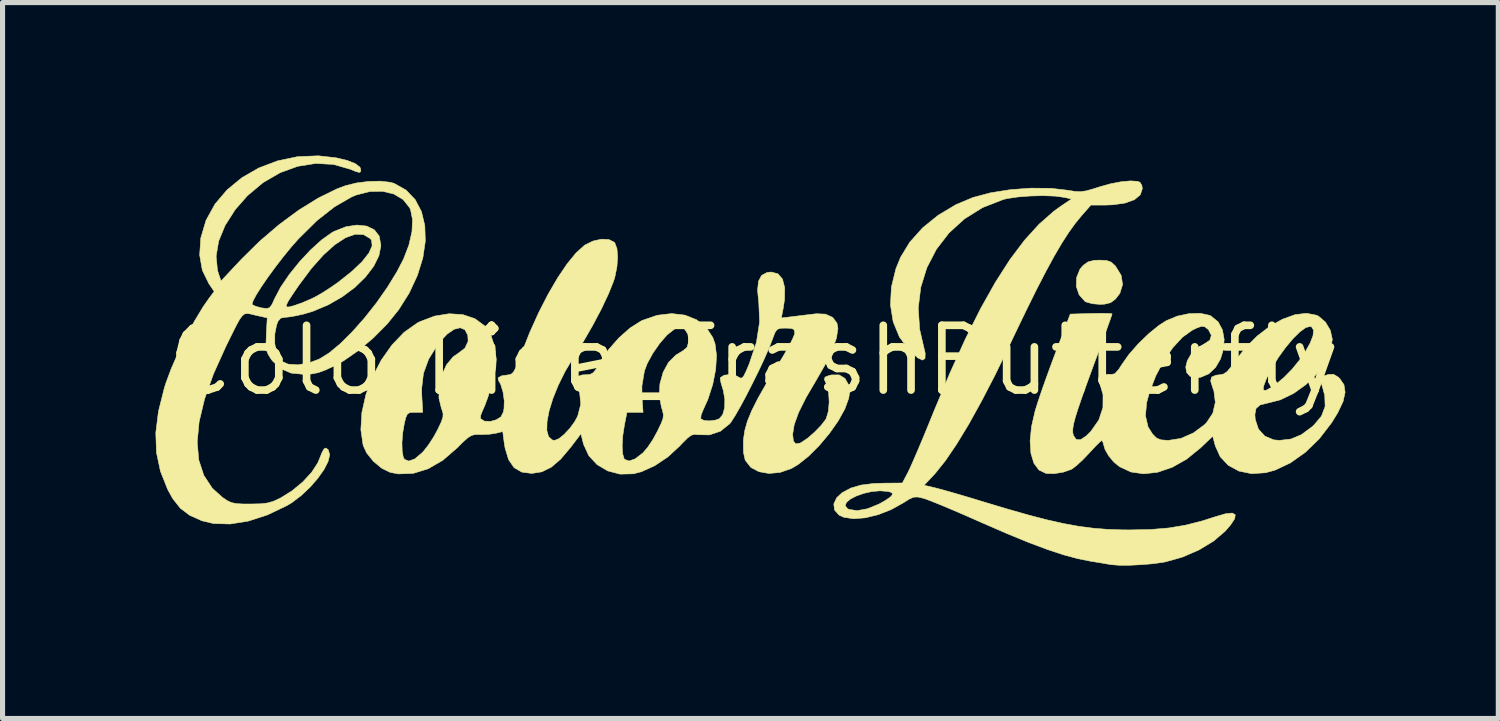
<source format=kicad_pcb>
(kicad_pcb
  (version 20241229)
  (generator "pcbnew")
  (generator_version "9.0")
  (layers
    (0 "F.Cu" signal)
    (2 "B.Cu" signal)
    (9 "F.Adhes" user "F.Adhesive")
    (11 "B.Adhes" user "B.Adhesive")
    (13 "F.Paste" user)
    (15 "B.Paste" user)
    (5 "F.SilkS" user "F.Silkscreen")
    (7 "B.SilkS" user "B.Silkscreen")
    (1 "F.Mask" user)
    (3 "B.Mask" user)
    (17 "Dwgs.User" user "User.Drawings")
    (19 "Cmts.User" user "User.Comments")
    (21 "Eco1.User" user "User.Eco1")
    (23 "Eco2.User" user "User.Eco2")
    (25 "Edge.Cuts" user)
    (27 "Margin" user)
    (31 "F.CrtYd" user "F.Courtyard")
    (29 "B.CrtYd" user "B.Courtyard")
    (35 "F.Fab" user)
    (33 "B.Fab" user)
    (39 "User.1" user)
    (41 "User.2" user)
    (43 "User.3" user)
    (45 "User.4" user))
  (footprint "ColorLice_TrashButterfly"
    (layer "F.Cu")
    (at 11.73 4.019)
    (property "Reference" "ColorLice_TrashButterfly" (at 0 0 0) (layer "F.SilkS") (effects (font (size 1.27 1.27) (thickness 0.15))))
    (attr through_hole)
    (fp_poly (pts (xy 6.92 -1.961) (xy 7.011 -1.928) (xy 7.088 -1.857) (xy 7.094 -1.85) (xy 7.204 -1.671) (xy 7.233 -1.49) (xy 7.179 -1.317) (xy 7.091 -1.203) (xy 6.998 -1.134) (xy 6.881 -1.105) (xy 6.785 -1.101) (xy 6.643 -1.113) (xy 6.525 -1.145) (xy 6.492 -1.162) (xy 6.38 -1.289) (xy 6.325 -1.452) (xy 6.331 -1.628) (xy 6.397 -1.791) (xy 6.46 -1.866) (xy 6.556 -1.934) (xy 6.675 -1.964) (xy 6.78 -1.968) (xy 6.92 -1.961)) (stroke (width 0.01) (type solid)) (fill yes) (layer "F.SilkS"))
    (fp_poly (pts (xy 7.524 -3.513) (xy 7.573 -3.495) (xy 7.61 -3.434) (xy 7.62 -3.37) (xy 7.58 -3.249) (xy 7.466 -3.154) (xy 7.284 -3.088) (xy 7.042 -3.053) (xy 6.898 -3.048) (xy 6.611 -3.048) (xy 6.436 -2.849) (xy 6.308 -2.694) (xy 6.177 -2.512) (xy 6.039 -2.298) (xy 5.89 -2.044) (xy 5.726 -1.742) (xy 5.542 -1.386) (xy 5.336 -0.969) (xy 5.102 -0.483) (xy 5.014 -0.296) (xy 4.736 0.277) (xy 4.468 0.794) (xy 4.215 1.251) (xy 3.978 1.641) (xy 3.761 1.961) (xy 3.565 2.206) (xy 3.533 2.242) (xy 3.341 2.446) (xy 3.565 2.499) (xy 3.683 2.53) (xy 3.862 2.58) (xy 4.082 2.644) (xy 4.324 2.716) (xy 4.466 2.76) (xy 4.956 2.907) (xy 5.38 3.028) (xy 5.75 3.124) (xy 6.078 3.198) (xy 6.377 3.252) (xy 6.661 3.289) (xy 6.941 3.311) (xy 7.23 3.321) (xy 7.366 3.322) (xy 7.779 3.314) (xy 8.136 3.284) (xy 8.466 3.229) (xy 8.796 3.145) (xy 9.049 3.064) (xy 9.251 3.005) (xy 9.382 2.991) (xy 9.442 3.023) (xy 9.431 3.102) (xy 9.349 3.226) (xy 9.243 3.348) (xy 9.017 3.541) (xy 8.731 3.714) (xy 8.409 3.854) (xy 8.075 3.948) (xy 8.022 3.958) (xy 7.827 3.985) (xy 7.601 4.004) (xy 7.373 4.015) (xy 7.167 4.015) (xy 7.012 4.004) (xy 6.985 3.999) (xy 6.914 3.987) (xy 6.786 3.965) (xy 6.626 3.939) (xy 6.604 3.936) (xy 6.352 3.885) (xy 6.073 3.81) (xy 5.758 3.706) (xy 5.397 3.571) (xy 4.982 3.401) (xy 4.503 3.193) (xy 4.466 3.177) (xy 4.19 3.055) (xy 3.931 2.943) (xy 3.7 2.846) (xy 3.511 2.769) (xy 3.377 2.718) (xy 3.324 2.701) (xy 3.215 2.676) (xy 3.134 2.68) (xy 3.045 2.72) (xy 2.941 2.786) (xy 2.696 2.923) (xy 2.438 3.024) (xy 2.185 3.085) (xy 1.954 3.103) (xy 1.763 3.073) (xy 1.674 3.032) (xy 1.585 2.933) (xy 1.574 2.848) (xy 1.794 2.848) (xy 1.838 2.904) (xy 1.87 2.92) (xy 2.028 2.944) (xy 2.23 2.907) (xy 2.456 2.815) (xy 2.579 2.746) (xy 2.674 2.681) (xy 2.702 2.655) (xy 2.724 2.609) (xy 2.682 2.581) (xy 2.629 2.568) (xy 2.476 2.555) (xy 2.313 2.57) (xy 2.153 2.606) (xy 2.009 2.658) (xy 1.892 2.719) (xy 1.816 2.785) (xy 1.794 2.848) (xy 1.574 2.848) (xy 1.57 2.814) (xy 1.626 2.691) (xy 1.731 2.594) (xy 1.905 2.501) (xy 2.107 2.442) (xy 2.357 2.411) (xy 2.562 2.405) (xy 2.914 2.402) (xy 3.018 2.206) (xy 3.063 2.113) (xy 3.133 1.955) (xy 3.224 1.744) (xy 3.329 1.494) (xy 3.442 1.219) (xy 3.533 0.995) (xy 3.847 0.245) (xy 4.151 -0.424) (xy 4.447 -1.015) (xy 4.738 -1.533) (xy 5.024 -1.979) (xy 5.309 -2.358) (xy 5.595 -2.672) (xy 5.882 -2.925) (xy 6.019 -3.024) (xy 6.231 -3.167) (xy 6.089 -3.199) (xy 5.912 -3.223) (xy 5.681 -3.232) (xy 5.427 -3.226) (xy 5.18 -3.207) (xy 4.97 -3.176) (xy 4.889 -3.156) (xy 4.488 -2.999) (xy 4.133 -2.778) (xy 3.829 -2.502) (xy 3.581 -2.18) (xy 3.395 -1.821) (xy 3.275 -1.435) (xy 3.226 -1.029) (xy 3.253 -0.613) (xy 3.321 -0.318) (xy 3.362 -0.142) (xy 3.358 -0.039) (xy 3.311 -0.008) (xy 3.22 -0.049) (xy 3.088 -0.163) (xy 3.045 -0.206) (xy 2.856 -0.462) (xy 2.734 -0.759) (xy 2.681 -1.088) (xy 2.699 -1.438) (xy 2.787 -1.798) (xy 2.879 -2.024) (xy 3.06 -2.321) (xy 3.31 -2.6) (xy 3.617 -2.849) (xy 3.964 -3.056) (xy 4.297 -3.196) (xy 4.641 -3.288) (xy 5.032 -3.35) (xy 5.438 -3.38) (xy 5.83 -3.376) (xy 6.162 -3.338) (xy 6.3 -3.315) (xy 6.41 -3.311) (xy 6.522 -3.327) (xy 6.666 -3.368) (xy 6.771 -3.402) (xy 6.991 -3.464) (xy 7.203 -3.505) (xy 7.388 -3.522) (xy 7.524 -3.513)) (stroke (width 0.01) (type solid)) (fill yes) (layer "F.SilkS"))
    (fp_poly (pts (xy 11.032 -0.889) (xy 11.074 -0.869) (xy 11.21 -0.754) (xy 11.307 -0.591) (xy 11.345 -0.417) (xy 11.345 -0.414) (xy 11.306 -0.186) (xy 11.197 0.047) (xy 11.032 0.272) (xy 10.823 0.476) (xy 10.584 0.647) (xy 10.327 0.771) (xy 10.081 0.834) (xy 9.93 0.871) (xy 9.849 0.941) (xy 9.827 1.06) (xy 9.834 1.154) (xy 9.897 1.345) (xy 10.021 1.482) (xy 10.197 1.556) (xy 10.31 1.566) (xy 10.534 1.54) (xy 10.739 1.454) (xy 10.948 1.299) (xy 10.981 1.27) (xy 11.133 1.09) (xy 11.204 0.901) (xy 11.197 0.688) (xy 11.16 0.55) (xy 11.122 0.419) (xy 11.127 0.343) (xy 11.186 0.299) (xy 11.269 0.274) (xy 11.368 0.27) (xy 11.459 0.324) (xy 11.491 0.354) (xy 11.574 0.476) (xy 11.596 0.624) (xy 11.556 0.804) (xy 11.452 1.024) (xy 11.331 1.221) (xy 11.091 1.533) (xy 10.818 1.799) (xy 10.523 2.008) (xy 10.222 2.15) (xy 10.036 2.201) (xy 9.761 2.219) (xy 9.513 2.168) (xy 9.305 2.055) (xy 9.146 1.886) (xy 9.05 1.672) (xy 9 1.485) (xy 8.763 1.711) (xy 8.489 1.934) (xy 8.206 2.094) (xy 7.922 2.191) (xy 7.648 2.222) (xy 7.395 2.186) (xy 7.171 2.081) (xy 7.059 1.989) (xy 6.961 1.871) (xy 6.891 1.75) (xy 6.874 1.698) (xy 6.849 1.607) (xy 6.826 1.567) (xy 6.825 1.566) (xy 6.788 1.596) (xy 6.71 1.673) (xy 6.606 1.784) (xy 6.571 1.822) (xy 6.448 1.951) (xy 6.33 2.059) (xy 6.241 2.127) (xy 6.229 2.134) (xy 6.071 2.189) (xy 5.89 2.219) (xy 5.734 2.215) (xy 5.731 2.214) (xy 5.592 2.147) (xy 5.493 2.013) (xy 5.435 1.82) (xy 5.419 1.578) (xy 5.447 1.295) (xy 5.518 0.986) (xy 5.569 0.823) (xy 5.643 0.602) (xy 5.734 0.345) (xy 5.833 0.073) (xy 5.916 -0.148) (xy 6.206 -0.91) (xy 6.617 -0.922) (xy 6.792 -0.925) (xy 6.929 -0.924) (xy 7.012 -0.919) (xy 7.027 -0.914) (xy 7.013 -0.87) (xy 6.974 -0.758) (xy 6.913 -0.588) (xy 6.834 -0.373) (xy 6.743 -0.122) (xy 6.668 0.08) (xy 6.539 0.433) (xy 6.437 0.717) (xy 6.361 0.939) (xy 6.307 1.11) (xy 6.273 1.239) (xy 6.257 1.334) (xy 6.255 1.405) (xy 6.266 1.46) (xy 6.27 1.473) (xy 6.326 1.551) (xy 6.409 1.552) (xy 6.523 1.477) (xy 6.61 1.39) (xy 6.767 1.166) (xy 6.847 0.923) (xy 6.849 0.672) (xy 6.796 0.484) (xy 6.759 0.386) (xy 6.764 0.336) (xy 6.817 0.304) (xy 6.844 0.294) (xy 6.95 0.269) (xy 7.022 0.273) (xy 7.083 0.257) (xy 7.159 0.171) (xy 7.218 0.079) (xy 7.355 -0.116) (xy 7.538 -0.325) (xy 7.743 -0.524) (xy 7.947 -0.69) (xy 8.088 -0.78) (xy 8.304 -0.87) (xy 8.535 -0.919) (xy 8.755 -0.925) (xy 8.937 -0.886) (xy 8.966 -0.872) (xy 9.106 -0.758) (xy 9.191 -0.599) (xy 9.224 -0.414) (xy 9.21 -0.219) (xy 9.153 -0.031) (xy 9.056 0.135) (xy 8.924 0.261) (xy 8.761 0.33) (xy 8.676 0.339) (xy 8.555 0.31) (xy 8.488 0.235) (xy 8.471 0.128) (xy 8.502 0.003) (xy 8.575 -0.124) (xy 8.689 -0.239) (xy 8.835 -0.324) (xy 8.944 -0.399) (xy 8.973 -0.493) (xy 8.921 -0.597) (xy 8.908 -0.611) (xy 8.846 -0.661) (xy 8.782 -0.671) (xy 8.69 -0.639) (xy 8.603 -0.597) (xy 8.408 -0.458) (xy 8.217 -0.251) (xy 8.039 0.007) (xy 7.883 0.302) (xy 7.761 0.618) (xy 7.704 0.827) (xy 7.681 1.084) (xy 7.733 1.304) (xy 7.82 1.442) (xy 7.898 1.52) (xy 7.985 1.556) (xy 8.116 1.566) (xy 8.133 1.566) (xy 8.376 1.528) (xy 8.62 1.421) (xy 8.84 1.258) (xy 8.879 1.219) (xy 9.002 1.033) (xy 9.051 0.82) (xy 9.023 0.596) (xy 9.016 0.578) (xy 9.991 0.578) (xy 10.037 0.588) (xy 10.138 0.535) (xy 10.228 0.473) (xy 10.396 0.334) (xy 10.555 0.172) (xy 10.698 -0.003) (xy 10.819 -0.178) (xy 10.911 -0.343) (xy 10.966 -0.485) (xy 10.978 -0.594) (xy 10.94 -0.658) (xy 10.914 -0.668) (xy 10.827 -0.647) (xy 10.71 -0.563) (xy 10.575 -0.43) (xy 10.431 -0.258) (xy 10.289 -0.062) (xy 10.16 0.148) (xy 10.053 0.359) (xy 10.051 0.363) (xy 9.997 0.504) (xy 9.991 0.578) (xy 9.016 0.578) (xy 8.999 0.531) (xy 8.959 0.401) (xy 8.979 0.324) (xy 9.065 0.288) (xy 9.137 0.28) (xy 9.213 0.265) (xy 9.282 0.218) (xy 9.361 0.124) (xy 9.44 0.011) (xy 9.644 -0.253) (xy 9.874 -0.482) (xy 10.119 -0.67) (xy 10.369 -0.81) (xy 10.612 -0.898) (xy 10.836 -0.926) (xy 11.032 -0.889)) (stroke (width 0.01) (type solid)) (fill yes) (layer "F.SilkS"))
    (fp_poly (pts (xy -8.19 -3.975) (xy -7.971 -3.923) (xy -7.812 -3.86) (xy -7.722 -3.791) (xy -7.705 -3.745) (xy -7.71 -3.7) (xy -7.738 -3.688) (xy -7.81 -3.709) (xy -7.907 -3.749) (xy -8.241 -3.845) (xy -8.589 -3.864) (xy -8.942 -3.808) (xy -9.289 -3.682) (xy -9.621 -3.489) (xy -9.927 -3.233) (xy -10.167 -2.96) (xy -10.366 -2.648) (xy -10.492 -2.342) (xy -10.542 -2.047) (xy -10.516 -1.772) (xy -10.493 -1.696) (xy -10.446 -1.559) (xy -10.046 -1.986) (xy -9.688 -2.339) (xy -9.308 -2.664) (xy -8.92 -2.95) (xy -8.538 -3.186) (xy -8.176 -3.364) (xy -8.01 -3.427) (xy -7.793 -3.481) (xy -7.555 -3.511) (xy -7.325 -3.517) (xy -7.13 -3.495) (xy -7.054 -3.474) (xy -6.818 -3.342) (xy -6.639 -3.155) (xy -6.516 -2.921) (xy -6.45 -2.647) (xy -6.44 -2.342) (xy -6.488 -2.014) (xy -6.594 -1.671) (xy -6.757 -1.321) (xy -6.962 -0.996) (xy -7.187 -0.717) (xy -7.458 -0.444) (xy -7.751 -0.196) (xy -8.043 0.006) (xy -8.203 0.095) (xy -8.393 0.184) (xy -8.539 0.238) (xy -8.672 0.264) (xy -8.817 0.272) (xy -9.072 0.247) (xy -9.275 0.16) (xy -9.438 0.007) (xy -9.476 -0.045) (xy -9.527 -0.131) (xy -9.555 -0.217) (xy -9.564 -0.33) (xy -9.558 -0.498) (xy -9.558 -0.513) (xy -9.54 -0.836) (xy -9.771 -0.888) (xy -9.86 -0.91) (xy -9.926 -0.922) (xy -9.979 -0.915) (xy -10.028 -0.879) (xy -10.081 -0.807) (xy -10.147 -0.687) (xy -10.235 -0.511) (xy -10.351 -0.275) (xy -10.594 0.263) (xy -10.769 0.755) (xy -10.875 1.2) (xy -10.913 1.598) (xy -10.883 1.949) (xy -10.784 2.251) (xy -10.617 2.505) (xy -10.42 2.683) (xy -10.324 2.748) (xy -10.24 2.787) (xy -10.141 2.807) (xy -10.002 2.814) (xy -9.87 2.814) (xy -9.676 2.81) (xy -9.536 2.794) (xy -9.419 2.761) (xy -9.294 2.703) (xy -9.274 2.693) (xy -9.049 2.552) (xy -8.841 2.379) (xy -8.668 2.191) (xy -8.549 2.008) (xy -8.525 1.953) (xy -8.467 1.807) (xy -8.425 1.732) (xy -8.387 1.716) (xy -8.344 1.751) (xy -8.341 1.756) (xy -8.315 1.849) (xy -8.347 1.982) (xy -8.428 2.14) (xy -8.55 2.312) (xy -8.702 2.486) (xy -8.875 2.649) (xy -9.06 2.789) (xy -9.155 2.846) (xy -9.539 3.029) (xy -9.914 3.15) (xy -10.268 3.206) (xy -10.593 3.197) (xy -10.823 3.142) (xy -11.061 3.035) (xy -11.244 2.897) (xy -11.393 2.708) (xy -11.492 2.529) (xy -11.634 2.171) (xy -11.712 1.804) (xy -11.725 1.417) (xy -11.673 0.998) (xy -11.557 0.537) (xy -11.528 0.445) (xy -11.426 0.169) (xy -11.29 -0.143) (xy -11.133 -0.465) (xy -10.965 -0.775) (xy -10.801 -1.046) (xy -10.76 -1.106) (xy -9.838 -1.106) (xy -9.834 -1.096) (xy -9.767 -1.063) (xy -9.657 -1.033) (xy -9.639 -1.03) (xy -9.547 -1.02) (xy -9.49 -1.038) (xy -9.457 -1.085) (xy -9.166 -1.085) (xy -9.159 -1.051) (xy -9.112 -1.05) (xy -9.025 -1.073) (xy -9.006 -1.079) (xy -8.852 -1.133) (xy -8.681 -1.207) (xy -8.611 -1.24) (xy -8.466 -1.322) (xy -8.295 -1.432) (xy -8.149 -1.534) (xy -7.881 -1.747) (xy -7.679 -1.939) (xy -7.546 -2.107) (xy -7.483 -2.247) (xy -7.494 -2.357) (xy -7.52 -2.391) (xy -7.653 -2.47) (xy -7.816 -2.475) (xy -8.004 -2.408) (xy -8.213 -2.272) (xy -8.437 -2.071) (xy -8.673 -1.806) (xy -8.915 -1.482) (xy -8.922 -1.473) (xy -9.049 -1.286) (xy -9.13 -1.16) (xy -9.166 -1.085) (xy -9.457 -1.085) (xy -9.445 -1.101) (xy -9.397 -1.209) (xy -9.276 -1.439) (xy -9.107 -1.687) (xy -8.906 -1.937) (xy -8.69 -2.168) (xy -8.473 -2.365) (xy -8.273 -2.507) (xy -8.226 -2.533) (xy -7.997 -2.623) (xy -7.78 -2.656) (xy -7.59 -2.636) (xy -7.44 -2.563) (xy -7.344 -2.44) (xy -7.343 -2.437) (xy -7.311 -2.254) (xy -7.35 -2.054) (xy -7.454 -1.845) (xy -7.614 -1.636) (xy -7.821 -1.434) (xy -8.068 -1.25) (xy -8.346 -1.09) (xy -8.647 -0.964) (xy -8.825 -0.911) (xy -8.981 -0.876) (xy -9.121 -0.853) (xy -9.192 -0.847) (xy -9.275 -0.831) (xy -9.328 -0.77) (xy -9.357 -0.694) (xy -9.391 -0.522) (xy -9.392 -0.336) (xy -9.364 -0.165) (xy -9.309 -0.034) (xy -9.273 0.007) (xy -9.132 0.071) (xy -8.944 0.085) (xy -8.728 0.049) (xy -8.52 -0.028) (xy -8.326 -0.148) (xy -8.106 -0.331) (xy -7.871 -0.564) (xy -7.631 -0.835) (xy -7.398 -1.13) (xy -7.183 -1.437) (xy -6.995 -1.743) (xy -6.867 -1.99) (xy -6.762 -2.263) (xy -6.702 -2.526) (xy -6.691 -2.763) (xy -6.729 -2.955) (xy -6.746 -2.994) (xy -6.875 -3.156) (xy -7.058 -3.265) (xy -7.28 -3.318) (xy -7.529 -3.313) (xy -7.79 -3.247) (xy -7.885 -3.208) (xy -8.221 -3.014) (xy -8.569 -2.74) (xy -8.926 -2.387) (xy -8.928 -2.385) (xy -9.076 -2.217) (xy -9.231 -2.027) (xy -9.384 -1.828) (xy -9.528 -1.631) (xy -9.653 -1.449) (xy -9.752 -1.293) (xy -9.816 -1.174) (xy -9.838 -1.106) (xy -10.76 -1.106) (xy -10.683 -1.217) (xy -10.58 -1.354) (xy -10.686 -1.51) (xy -10.813 -1.771) (xy -10.865 -2.069) (xy -10.843 -2.399) (xy -10.842 -2.405) (xy -10.739 -2.751) (xy -10.564 -3.067) (xy -10.327 -3.346) (xy -10.037 -3.585) (xy -9.704 -3.776) (xy -9.337 -3.915) (xy -8.945 -3.997) (xy -8.538 -4.014) (xy -8.19 -3.975)) (stroke (width 0.01) (type solid)) (fill yes) (layer "F.SilkS"))
    (fp_poly (pts (xy -2.84 -2.372) (xy -2.737 -2.32) (xy -2.723 -2.304) (xy -2.682 -2.193) (xy -2.669 -2.028) (xy -2.683 -1.833) (xy -2.724 -1.634) (xy -2.746 -1.562) (xy -2.846 -1.311) (xy -2.987 -1.012) (xy -3.16 -0.685) (xy -3.354 -0.349) (xy -3.538 -0.054) (xy -3.7 0.216) (xy -3.834 0.487) (xy -3.939 0.747) (xy -4.013 0.988) (xy -4.053 1.199) (xy -4.057 1.371) (xy -4.023 1.494) (xy -3.949 1.559) (xy -3.902 1.566) (xy -3.82 1.533) (xy -3.715 1.447) (xy -3.604 1.328) (xy -3.508 1.195) (xy -3.452 1.091) (xy -3.392 0.858) (xy -3.414 0.629) (xy -3.451 0.52) (xy -3.488 0.392) (xy -3.462 0.316) (xy -3.365 0.283) (xy -3.288 0.279) (xy -3.208 0.272) (xy -3.147 0.239) (xy -3.087 0.164) (xy -3.012 0.034) (xy -2.849 -0.211) (xy -2.646 -0.442) (xy -2.425 -0.638) (xy -2.207 -0.776) (xy -2.186 -0.786) (xy -1.892 -0.887) (xy -1.61 -0.92) (xy -1.349 -0.89) (xy -1.121 -0.799) (xy -0.935 -0.652) (xy -0.803 -0.451) (xy -0.759 -0.329) (xy -0.73 -0.101) (xy -0.746 0.172) (xy -0.804 0.468) (xy -0.899 0.763) (xy -0.992 0.968) (xy -1.032 1.068) (xy -1.039 1.138) (xy -1.036 1.144) (xy -0.975 1.176) (xy -0.868 1.184) (xy -0.751 1.169) (xy -0.677 1.143) (xy -0.609 1.063) (xy -0.571 0.927) (xy -0.567 0.76) (xy -0.598 0.585) (xy -0.608 0.553) (xy -0.643 0.436) (xy -0.657 0.354) (xy -0.654 0.336) (xy -0.583 0.289) (xy -0.471 0.275) (xy -0.357 0.294) (xy -0.316 0.314) (xy -0.267 0.343) (xy -0.229 0.342) (xy -0.193 0.299) (xy -0.145 0.2) (xy -0.089 0.067) (xy 0.053 -0.357) (xy 0.115 -0.756) (xy 0.099 -1.127) (xy 0.075 -1.376) (xy 0.093 -1.554) (xy 0.154 -1.669) (xy 0.26 -1.726) (xy 0.343 -1.735) (xy 0.475 -1.7) (xy 0.564 -1.596) (xy 0.607 -1.426) (xy 0.604 -1.196) (xy 0.577 -1.02) (xy 0.541 -0.834) (xy 0.789 -0.864) (xy 0.967 -0.886) (xy 1.146 -0.907) (xy 1.228 -0.917) (xy 1.408 -0.909) (xy 1.548 -0.845) (xy 1.632 -0.733) (xy 1.651 -0.631) (xy 1.622 -0.44) (xy 1.535 -0.196) (xy 1.394 0.093) (xy 1.224 0.388) (xy 1.022 0.733) (xy 0.878 1.023) (xy 0.793 1.259) (xy 0.763 1.445) (xy 0.763 1.447) (xy 0.777 1.578) (xy 0.824 1.634) (xy 0.91 1.619) (xy 0.934 1.607) (xy 1.056 1.524) (xy 1.193 1.405) (xy 1.32 1.274) (xy 1.409 1.159) (xy 1.421 1.138) (xy 1.464 0.996) (xy 1.479 0.812) (xy 1.468 0.626) (xy 1.43 0.475) (xy 1.421 0.456) (xy 1.384 0.371) (xy 1.399 0.325) (xy 1.478 0.294) (xy 1.525 0.283) (xy 1.674 0.282) (xy 1.788 0.35) (xy 1.859 0.474) (xy 1.877 0.641) (xy 1.863 0.74) (xy 1.787 0.949) (xy 1.656 1.185) (xy 1.483 1.431) (xy 1.284 1.668) (xy 1.074 1.878) (xy 0.867 2.042) (xy 0.739 2.118) (xy 0.515 2.195) (xy 0.297 2.215) (xy 0.101 2.18) (xy -0.058 2.095) (xy -0.163 1.961) (xy -0.169 1.948) (xy -0.202 1.799) (xy -0.204 1.591) (xy -0.201 1.544) (xy -0.176 1.373) (xy -0.124 1.189) (xy -0.039 0.982) (xy 0.082 0.742) (xy 0.244 0.457) (xy 0.454 0.116) (xy 0.459 0.109) (xy 0.58 -0.089) (xy 0.682 -0.268) (xy 0.758 -0.414) (xy 0.799 -0.512) (xy 0.804 -0.537) (xy 0.795 -0.599) (xy 0.75 -0.627) (xy 0.648 -0.635) (xy 0.624 -0.635) (xy 0.52 -0.632) (xy 0.458 -0.608) (xy 0.415 -0.545) (xy 0.369 -0.423) (xy 0.365 -0.413) (xy 0.3 -0.246) (xy 0.209 -0.037) (xy 0.099 0.198) (xy -0.022 0.443) (xy -0.144 0.683) (xy -0.261 0.9) (xy -0.364 1.08) (xy -0.444 1.205) (xy -0.472 1.241) (xy -0.654 1.387) (xy -0.869 1.459) (xy -1.088 1.455) (xy -1.161 1.448) (xy -1.225 1.466) (xy -1.299 1.52) (xy -1.401 1.622) (xy -1.457 1.682) (xy -1.687 1.893) (xy -1.943 2.064) (xy -2.202 2.181) (xy -2.361 2.222) (xy -2.622 2.228) (xy -2.865 2.164) (xy -3.074 2.04) (xy -3.236 1.864) (xy -3.324 1.671) (xy -2.58 1.671) (xy -2.571 1.829) (xy -2.541 1.927) (xy -2.531 1.939) (xy -2.444 1.971) (xy -2.324 1.928) (xy -2.174 1.812) (xy -2.167 1.805) (xy -2.076 1.698) (xy -1.975 1.546) (xy -1.887 1.384) (xy -1.816 1.235) (xy -1.779 1.136) (xy -1.772 1.059) (xy -1.789 0.98) (xy -1.809 0.919) (xy -1.852 0.694) (xy -1.84 0.458) (xy -1.777 0.231) (xy -1.671 0.036) (xy -1.528 -0.106) (xy -1.485 -0.132) (xy -1.382 -0.196) (xy -1.312 -0.254) (xy -1.306 -0.263) (xy -1.272 -0.385) (xy -1.293 -0.519) (xy -1.352 -0.611) (xy -1.412 -0.657) (xy -1.466 -0.659) (xy -1.551 -0.617) (xy -1.567 -0.607) (xy -1.701 -0.5) (xy -1.843 -0.337) (xy -1.978 -0.143) (xy -2.087 0.056) (xy -2.143 0.202) (xy -2.193 0.499) (xy -2.191 0.727) (xy -2.17 1.016) (xy -2.486 1.016) (xy -2.534 1.256) (xy -2.568 1.474) (xy -2.58 1.671) (xy -3.324 1.671) (xy -3.336 1.646) (xy -3.339 1.635) (xy -3.389 1.437) (xy -3.589 1.701) (xy -3.785 1.933) (xy -3.97 2.092) (xy -4.155 2.183) (xy -4.35 2.214) (xy -4.354 2.214) (xy -4.55 2.188) (xy -4.7 2.1) (xy -4.807 1.945) (xy -4.876 1.718) (xy -4.893 1.613) (xy -4.922 1.393) (xy -5.054 1.426) (xy -5.184 1.446) (xy -5.338 1.452) (xy -5.368 1.451) (xy -5.459 1.451) (xy -5.533 1.469) (xy -5.608 1.516) (xy -5.706 1.603) (xy -5.812 1.71) (xy -6.095 1.955) (xy -6.386 2.124) (xy -6.679 2.214) (xy -6.968 2.224) (xy -7.128 2.194) (xy -7.296 2.112) (xy -7.459 1.976) (xy -7.591 1.812) (xy -7.659 1.664) (xy -7.668 1.606) (xy -6.898 1.606) (xy -6.894 1.773) (xy -6.873 1.894) (xy -6.849 1.939) (xy -6.762 1.972) (xy -6.645 1.929) (xy -6.504 1.809) (xy -6.476 1.78) (xy -6.376 1.653) (xy -6.27 1.488) (xy -6.196 1.351) (xy -6.128 1.207) (xy -6.095 1.111) (xy -6.092 1.039) (xy -6.115 0.963) (xy -6.123 0.945) (xy -6.173 0.737) (xy -6.169 0.509) (xy -6.117 0.284) (xy -6.023 0.082) (xy -5.894 -0.073) (xy -5.801 -0.137) (xy -5.664 -0.241) (xy -5.601 -0.376) (xy -5.607 -0.495) (xy -5.664 -0.604) (xy -5.756 -0.642) (xy -5.874 -0.613) (xy -6.011 -0.519) (xy -6.158 -0.363) (xy -6.2 -0.308) (xy -6.375 -0.026) (xy -6.477 0.253) (xy -6.512 0.553) (xy -6.509 0.688) (xy -6.491 1.016) (xy -6.646 1.016) (xy -6.738 1.02) (xy -6.79 1.048) (xy -6.823 1.119) (xy -6.851 1.231) (xy -6.883 1.418) (xy -6.898 1.606) (xy -7.668 1.606) (xy -7.704 1.357) (xy -7.684 1.021) (xy -7.606 0.672) (xy -7.477 0.324) (xy -7.305 -0.006) (xy -7.095 -0.303) (xy -6.857 -0.552) (xy -6.595 -0.737) (xy -6.549 -0.761) (xy -6.258 -0.871) (xy -5.973 -0.917) (xy -5.705 -0.9) (xy -5.469 -0.821) (xy -5.279 -0.682) (xy -5.257 -0.659) (xy -5.151 -0.486) (xy -5.079 -0.266) (xy -5.049 -0.028) (xy -5.058 0.139) (xy -5.093 0.309) (xy -5.148 0.513) (xy -5.213 0.719) (xy -5.279 0.897) (xy -5.318 0.983) (xy -5.355 1.077) (xy -5.358 1.138) (xy -5.358 1.139) (xy -5.282 1.189) (xy -5.162 1.194) (xy -5.05 1.163) (xy -4.958 1.106) (xy -4.911 1.013) (xy -4.897 0.945) (xy -4.892 0.79) (xy -4.916 0.618) (xy -4.962 0.467) (xy -5.005 0.392) (xy -5.013 0.339) (xy -4.942 0.3) (xy -4.809 0.281) (xy -4.759 0.27) (xy -4.716 0.232) (xy -4.671 0.154) (xy -4.615 0.022) (xy -4.551 -0.148) (xy -4.392 -0.552) (xy -4.217 -0.939) (xy -4.032 -1.3) (xy -3.844 -1.622) (xy -3.659 -1.896) (xy -3.483 -2.111) (xy -3.323 -2.255) (xy -3.308 -2.266) (xy -3.15 -2.343) (xy -2.986 -2.379) (xy -2.84 -2.372)) (stroke (width 0.01) (type solid)) (fill yes) (layer "F.SilkS")))
  (gr_rect
    (start -3 -3)
    (end 26.33 11.039)
    (stroke (width 0.1) (type default))
    (fill no)
    (layer "Edge.Cuts")))
</source>
